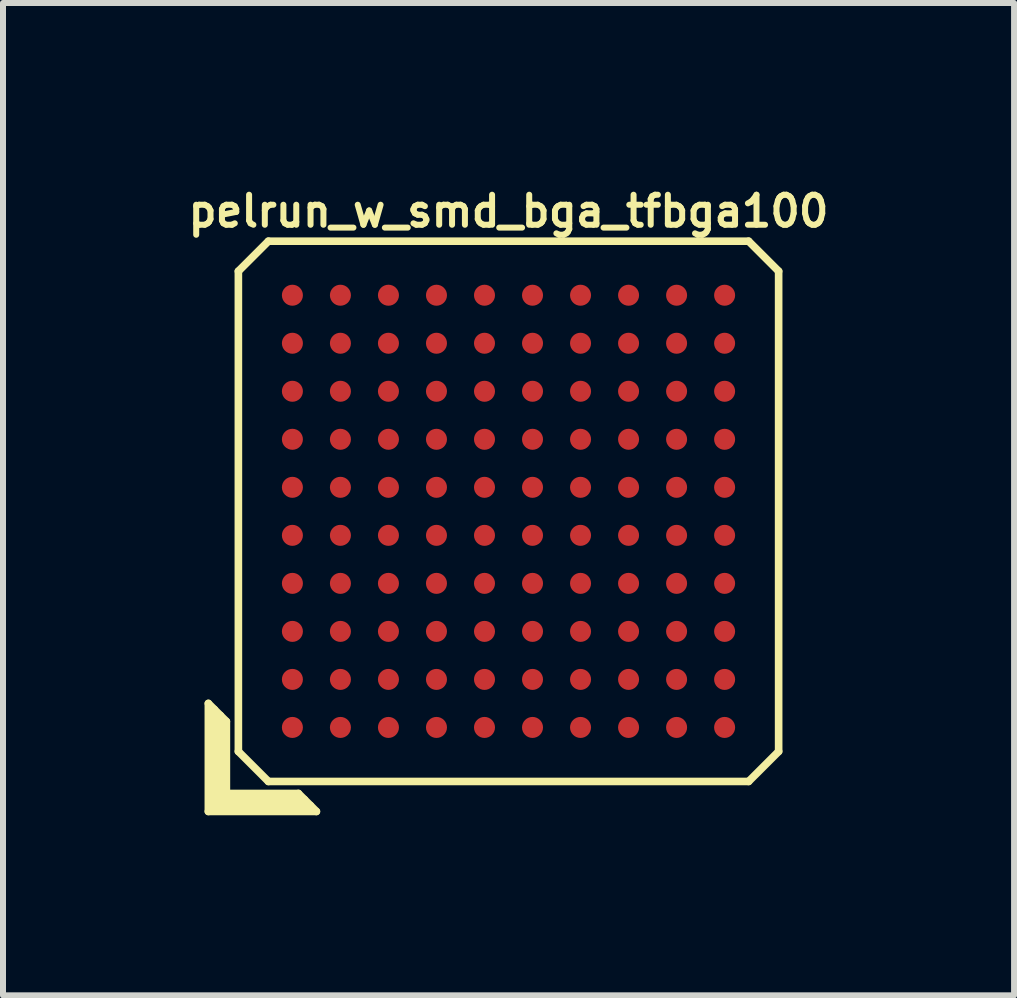
<source format=kicad_pcb>
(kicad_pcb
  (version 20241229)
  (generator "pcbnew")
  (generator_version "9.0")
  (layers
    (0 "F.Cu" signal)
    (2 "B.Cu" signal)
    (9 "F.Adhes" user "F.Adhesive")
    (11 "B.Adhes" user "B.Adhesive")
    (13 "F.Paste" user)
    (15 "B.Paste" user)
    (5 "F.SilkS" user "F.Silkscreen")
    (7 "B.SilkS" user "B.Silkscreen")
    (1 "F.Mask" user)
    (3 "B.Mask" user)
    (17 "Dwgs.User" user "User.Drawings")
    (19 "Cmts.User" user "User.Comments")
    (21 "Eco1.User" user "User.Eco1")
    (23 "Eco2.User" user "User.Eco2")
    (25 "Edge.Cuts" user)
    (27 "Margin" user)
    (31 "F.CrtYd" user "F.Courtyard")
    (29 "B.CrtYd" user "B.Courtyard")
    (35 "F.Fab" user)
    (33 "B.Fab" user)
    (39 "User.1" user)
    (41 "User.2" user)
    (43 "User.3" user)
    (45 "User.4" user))
  (footprint "pelrun_w_smd_bga_tfbga100"
    (layer "F.Cu")
    (at 5.421 5.468)
    (property "Reference" "pelrun_w_smd_bga_tfbga100" (at 0 -5 0) (layer "F.SilkS") (effects (font (size 0.5 0.5) (thickness 0.1))))
    (attr through_hole)
    (fp_line (start -5 3.2) (end -4.7 3.5) (stroke (width 0.127) (type solid)) (layer "F.SilkS"))
    (fp_line (start -5 5) (end -5 3.2) (stroke (width 0.127) (type solid)) (layer "F.SilkS"))
    (fp_line (start -4.9 4.9) (end -4.9 3.3) (stroke (width 0.127) (type solid)) (layer "F.SilkS"))
    (fp_line (start -4.8 3.4) (end -4.8 4.8) (stroke (width 0.127) (type solid)) (layer "F.SilkS"))
    (fp_line (start -4.8 4.8) (end -3.4 4.8) (stroke (width 0.127) (type solid)) (layer "F.SilkS"))
    (fp_line (start -4.7 3.5) (end -4.7 4.7) (stroke (width 0.127) (type solid)) (layer "F.SilkS"))
    (fp_line (start -4.7 4.7) (end -3.5 4.7) (stroke (width 0.127) (type solid)) (layer "F.SilkS"))
    (fp_line (start -4.5 -4) (end -4 -4.5) (stroke (width 0.127) (type solid)) (layer "F.SilkS"))
    (fp_line (start -4.5 4) (end -4.5 -4) (stroke (width 0.127) (type solid)) (layer "F.SilkS"))
    (fp_line (start -4 -4.5) (end 4 -4.5) (stroke (width 0.127) (type solid)) (layer "F.SilkS"))
    (fp_line (start -4 4.5) (end -4.5 4) (stroke (width 0.127) (type solid)) (layer "F.SilkS"))
    (fp_line (start -3.5 4.7) (end -3.2 5) (stroke (width 0.127) (type solid)) (layer "F.SilkS"))
    (fp_line (start -3.3 4.9) (end -4.9 4.9) (stroke (width 0.127) (type solid)) (layer "F.SilkS"))
    (fp_line (start -3.2 5) (end -5 5) (stroke (width 0.127) (type solid)) (layer "F.SilkS"))
    (fp_line (start 4 -4.5) (end 4.5 -4) (stroke (width 0.127) (type solid)) (layer "F.SilkS"))
    (fp_line (start 4 4.5) (end -4 4.5) (stroke (width 0.127) (type solid)) (layer "F.SilkS"))
    (fp_line (start 4.5 -4) (end 4.5 4) (stroke (width 0.127) (type solid)) (layer "F.SilkS"))
    (fp_line (start 4.5 4) (end 4 4.5) (stroke (width 0.127) (type solid)) (layer "F.SilkS"))
    (pad "A1" smd circle (at -3.6 3.6) (size 0.35 0.35) (layers "F.Cu" "F.Mask" "F.Paste"))
    (pad "A2" smd circle (at -2.8 3.6) (size 0.35 0.35) (layers "F.Cu" "F.Mask" "F.Paste"))
    (pad "A3" smd circle (at -2 3.6) (size 0.35 0.35) (layers "F.Cu" "F.Mask" "F.Paste"))
    (pad "A4" smd circle (at -1.2 3.6) (size 0.35 0.35) (layers "F.Cu" "F.Mask" "F.Paste"))
    (pad "A5" smd circle (at -0.4 3.6) (size 0.35 0.35) (layers "F.Cu" "F.Mask" "F.Paste"))
    (pad "A6" smd circle (at 0.4 3.6) (size 0.35 0.35) (layers "F.Cu" "F.Mask" "F.Paste"))
    (pad "A7" smd circle (at 1.2 3.6) (size 0.35 0.35) (layers "F.Cu" "F.Mask" "F.Paste"))
    (pad "A8" smd circle (at 2 3.6) (size 0.35 0.35) (layers "F.Cu" "F.Mask" "F.Paste"))
    (pad "A9" smd circle (at 2.8 3.6) (size 0.35 0.35) (layers "F.Cu" "F.Mask" "F.Paste"))
    (pad "A10" smd circle (at 3.6 3.6) (size 0.35 0.35) (layers "F.Cu" "F.Mask" "F.Paste"))
    (pad "B1" smd circle (at -3.6 2.8) (size 0.35 0.35) (layers "F.Cu" "F.Mask" "F.Paste"))
    (pad "B2" smd circle (at -2.8 2.8) (size 0.35 0.35) (layers "F.Cu" "F.Mask" "F.Paste"))
    (pad "B3" smd circle (at -2 2.8) (size 0.35 0.35) (layers "F.Cu" "F.Mask" "F.Paste"))
    (pad "B4" smd circle (at -1.2 2.8) (size 0.35 0.35) (layers "F.Cu" "F.Mask" "F.Paste"))
    (pad "B5" smd circle (at -0.4 2.8) (size 0.35 0.35) (layers "F.Cu" "F.Mask" "F.Paste"))
    (pad "B6" smd circle (at 0.4 2.8) (size 0.35 0.35) (layers "F.Cu" "F.Mask" "F.Paste"))
    (pad "B7" smd circle (at 1.2 2.8) (size 0.35 0.35) (layers "F.Cu" "F.Mask" "F.Paste"))
    (pad "B8" smd circle (at 2 2.8) (size 0.35 0.35) (layers "F.Cu" "F.Mask" "F.Paste"))
    (pad "B9" smd circle (at 2.8 2.8) (size 0.35 0.35) (layers "F.Cu" "F.Mask" "F.Paste"))
    (pad "B10" smd circle (at 3.6 2.8) (size 0.35 0.35) (layers "F.Cu" "F.Mask" "F.Paste"))
    (pad "C1" smd circle (at -3.6 2) (size 0.35 0.35) (layers "F.Cu" "F.Mask" "F.Paste"))
    (pad "C2" smd circle (at -2.8 2) (size 0.35 0.35) (layers "F.Cu" "F.Mask" "F.Paste"))
    (pad "C3" smd circle (at -2 2) (size 0.35 0.35) (layers "F.Cu" "F.Mask" "F.Paste"))
    (pad "C4" smd circle (at -1.2 2) (size 0.35 0.35) (layers "F.Cu" "F.Mask" "F.Paste"))
    (pad "C5" smd circle (at -0.4 2) (size 0.35 0.35) (layers "F.Cu" "F.Mask" "F.Paste"))
    (pad "C6" smd circle (at 0.4 2) (size 0.35 0.35) (layers "F.Cu" "F.Mask" "F.Paste"))
    (pad "C7" smd circle (at 1.2 2) (size 0.35 0.35) (layers "F.Cu" "F.Mask" "F.Paste"))
    (pad "C8" smd circle (at 2 2) (size 0.35 0.35) (layers "F.Cu" "F.Mask" "F.Paste"))
    (pad "C9" smd circle (at 2.8 2) (size 0.35 0.35) (layers "F.Cu" "F.Mask" "F.Paste"))
    (pad "C10" smd circle (at 3.6 2) (size 0.35 0.35) (layers "F.Cu" "F.Mask" "F.Paste"))
    (pad "D1" smd circle (at -3.6 1.2) (size 0.35 0.35) (layers "F.Cu" "F.Mask" "F.Paste"))
    (pad "D2" smd circle (at -2.8 1.2) (size 0.35 0.35) (layers "F.Cu" "F.Mask" "F.Paste"))
    (pad "D3" smd circle (at -2 1.2) (size 0.35 0.35) (layers "F.Cu" "F.Mask" "F.Paste"))
    (pad "D4" smd circle (at -1.2 1.2) (size 0.35 0.35) (layers "F.Cu" "F.Mask" "F.Paste"))
    (pad "D5" smd circle (at -0.4 1.2) (size 0.35 0.35) (layers "F.Cu" "F.Mask" "F.Paste"))
    (pad "D6" smd circle (at 0.4 1.2) (size 0.35 0.35) (layers "F.Cu" "F.Mask" "F.Paste"))
    (pad "D7" smd circle (at 1.2 1.2) (size 0.35 0.35) (layers "F.Cu" "F.Mask" "F.Paste"))
    (pad "D8" smd circle (at 2 1.2) (size 0.35 0.35) (layers "F.Cu" "F.Mask" "F.Paste"))
    (pad "D9" smd circle (at 2.8 1.2) (size 0.35 0.35) (layers "F.Cu" "F.Mask" "F.Paste"))
    (pad "D10" smd circle (at 3.6 1.2) (size 0.35 0.35) (layers "F.Cu" "F.Mask" "F.Paste"))
    (pad "E1" smd circle (at -3.6 0.4) (size 0.35 0.35) (layers "F.Cu" "F.Mask" "F.Paste"))
    (pad "E2" smd circle (at -2.8 0.4) (size 0.35 0.35) (layers "F.Cu" "F.Mask" "F.Paste"))
    (pad "E3" smd circle (at -2 0.4) (size 0.35 0.35) (layers "F.Cu" "F.Mask" "F.Paste"))
    (pad "E4" smd circle (at -1.2 0.4) (size 0.35 0.35) (layers "F.Cu" "F.Mask" "F.Paste"))
    (pad "E5" smd circle (at -0.4 0.4) (size 0.35 0.35) (layers "F.Cu" "F.Mask" "F.Paste"))
    (pad "E6" smd circle (at 0.4 0.4) (size 0.35 0.35) (layers "F.Cu" "F.Mask" "F.Paste"))
    (pad "E7" smd circle (at 1.2 0.4) (size 0.35 0.35) (layers "F.Cu" "F.Mask" "F.Paste"))
    (pad "E8" smd circle (at 2 0.4) (size 0.35 0.35) (layers "F.Cu" "F.Mask" "F.Paste"))
    (pad "E9" smd circle (at 2.8 0.4) (size 0.35 0.35) (layers "F.Cu" "F.Mask" "F.Paste"))
    (pad "E10" smd circle (at 3.6 0.4) (size 0.35 0.35) (layers "F.Cu" "F.Mask" "F.Paste"))
    (pad "F1" smd circle (at -3.6 -0.4) (size 0.35 0.35) (layers "F.Cu" "F.Mask" "F.Paste"))
    (pad "F2" smd circle (at -2.8 -0.4) (size 0.35 0.35) (layers "F.Cu" "F.Mask" "F.Paste"))
    (pad "F3" smd circle (at -2 -0.4) (size 0.35 0.35) (layers "F.Cu" "F.Mask" "F.Paste"))
    (pad "F4" smd circle (at -1.2 -0.4) (size 0.35 0.35) (layers "F.Cu" "F.Mask" "F.Paste"))
    (pad "F5" smd circle (at -0.4 -0.4) (size 0.35 0.35) (layers "F.Cu" "F.Mask" "F.Paste"))
    (pad "F6" smd circle (at 0.4 -0.4) (size 0.35 0.35) (layers "F.Cu" "F.Mask" "F.Paste"))
    (pad "F7" smd circle (at 1.2 -0.4) (size 0.35 0.35) (layers "F.Cu" "F.Mask" "F.Paste"))
    (pad "F8" smd circle (at 2 -0.4) (size 0.35 0.35) (layers "F.Cu" "F.Mask" "F.Paste"))
    (pad "F9" smd circle (at 2.8 -0.4) (size 0.35 0.35) (layers "F.Cu" "F.Mask" "F.Paste"))
    (pad "F10" smd circle (at 3.6 -0.4) (size 0.35 0.35) (layers "F.Cu" "F.Mask" "F.Paste"))
    (pad "G1" smd circle (at -3.6 -1.2) (size 0.35 0.35) (layers "F.Cu" "F.Mask" "F.Paste"))
    (pad "G2" smd circle (at -2.8 -1.2) (size 0.35 0.35) (layers "F.Cu" "F.Mask" "F.Paste"))
    (pad "G3" smd circle (at -2 -1.2) (size 0.35 0.35) (layers "F.Cu" "F.Mask" "F.Paste"))
    (pad "G4" smd circle (at -1.2 -1.2) (size 0.35 0.35) (layers "F.Cu" "F.Mask" "F.Paste"))
    (pad "G5" smd circle (at -0.4 -1.2) (size 0.35 0.35) (layers "F.Cu" "F.Mask" "F.Paste"))
    (pad "G6" smd circle (at 0.4 -1.2) (size 0.35 0.35) (layers "F.Cu" "F.Mask" "F.Paste"))
    (pad "G7" smd circle (at 1.2 -1.2) (size 0.35 0.35) (layers "F.Cu" "F.Mask" "F.Paste"))
    (pad "G8" smd circle (at 2 -1.2) (size 0.35 0.35) (layers "F.Cu" "F.Mask" "F.Paste"))
    (pad "G9" smd circle (at 2.8 -1.2) (size 0.35 0.35) (layers "F.Cu" "F.Mask" "F.Paste"))
    (pad "G10" smd circle (at 3.6 -1.2) (size 0.35 0.35) (layers "F.Cu" "F.Mask" "F.Paste"))
    (pad "H1" smd circle (at -3.6 -2) (size 0.35 0.35) (layers "F.Cu" "F.Mask" "F.Paste"))
    (pad "H2" smd circle (at -2.8 -2) (size 0.35 0.35) (layers "F.Cu" "F.Mask" "F.Paste"))
    (pad "H3" smd circle (at -2 -2) (size 0.35 0.35) (layers "F.Cu" "F.Mask" "F.Paste"))
    (pad "H4" smd circle (at -1.2 -2) (size 0.35 0.35) (layers "F.Cu" "F.Mask" "F.Paste"))
    (pad "H5" smd circle (at -0.4 -2) (size 0.35 0.35) (layers "F.Cu" "F.Mask" "F.Paste"))
    (pad "H6" smd circle (at 0.4 -2) (size 0.35 0.35) (layers "F.Cu" "F.Mask" "F.Paste"))
    (pad "H7" smd circle (at 1.2 -2) (size 0.35 0.35) (layers "F.Cu" "F.Mask" "F.Paste"))
    (pad "H8" smd circle (at 2 -2) (size 0.35 0.35) (layers "F.Cu" "F.Mask" "F.Paste"))
    (pad "H9" smd circle (at 2.8 -2) (size 0.35 0.35) (layers "F.Cu" "F.Mask" "F.Paste"))
    (pad "H10" smd circle (at 3.6 -2) (size 0.35 0.35) (layers "F.Cu" "F.Mask" "F.Paste"))
    (pad "J1" smd circle (at -3.6 -2.8) (size 0.35 0.35) (layers "F.Cu" "F.Mask" "F.Paste"))
    (pad "J2" smd circle (at -2.8 -2.8) (size 0.35 0.35) (layers "F.Cu" "F.Mask" "F.Paste"))
    (pad "J3" smd circle (at -2 -2.8) (size 0.35 0.35) (layers "F.Cu" "F.Mask" "F.Paste"))
    (pad "J4" smd circle (at -1.2 -2.8) (size 0.35 0.35) (layers "F.Cu" "F.Mask" "F.Paste"))
    (pad "J5" smd circle (at -0.4 -2.8) (size 0.35 0.35) (layers "F.Cu" "F.Mask" "F.Paste"))
    (pad "J6" smd circle (at 0.4 -2.8) (size 0.35 0.35) (layers "F.Cu" "F.Mask" "F.Paste"))
    (pad "J7" smd circle (at 1.2 -2.8) (size 0.35 0.35) (layers "F.Cu" "F.Mask" "F.Paste"))
    (pad "J8" smd circle (at 2 -2.8) (size 0.35 0.35) (layers "F.Cu" "F.Mask" "F.Paste"))
    (pad "J9" smd circle (at 2.8 -2.8) (size 0.35 0.35) (layers "F.Cu" "F.Mask" "F.Paste"))
    (pad "J10" smd circle (at 3.6 -2.8) (size 0.35 0.35) (layers "F.Cu" "F.Mask" "F.Paste"))
    (pad "K1" smd circle (at -3.6 -3.6) (size 0.35 0.35) (layers "F.Cu" "F.Mask" "F.Paste"))
    (pad "K2" smd circle (at -2.8 -3.6) (size 0.35 0.35) (layers "F.Cu" "F.Mask" "F.Paste"))
    (pad "K3" smd circle (at -2 -3.6) (size 0.35 0.35) (layers "F.Cu" "F.Mask" "F.Paste"))
    (pad "K4" smd circle (at -1.2 -3.6) (size 0.35 0.35) (layers "F.Cu" "F.Mask" "F.Paste"))
    (pad "K5" smd circle (at -0.4 -3.6) (size 0.35 0.35) (layers "F.Cu" "F.Mask" "F.Paste"))
    (pad "K6" smd circle (at 0.4 -3.6) (size 0.35 0.35) (layers "F.Cu" "F.Mask" "F.Paste"))
    (pad "K7" smd circle (at 1.2 -3.6) (size 0.35 0.35) (layers "F.Cu" "F.Mask" "F.Paste"))
    (pad "K8" smd circle (at 2 -3.6) (size 0.35 0.35) (layers "F.Cu" "F.Mask" "F.Paste"))
    (pad "K9" smd circle (at 2.8 -3.6) (size 0.35 0.35) (layers "F.Cu" "F.Mask" "F.Paste"))
    (pad "K10" smd circle (at 3.6 -3.6) (size 0.35 0.35) (layers "F.Cu" "F.Mask" "F.Paste")))
  (gr_rect
    (start -3 -3)
    (end 13.843 13.531)
    (stroke (width 0.1) (type default))
    (fill no)
    (layer "Edge.Cuts")))
</source>
